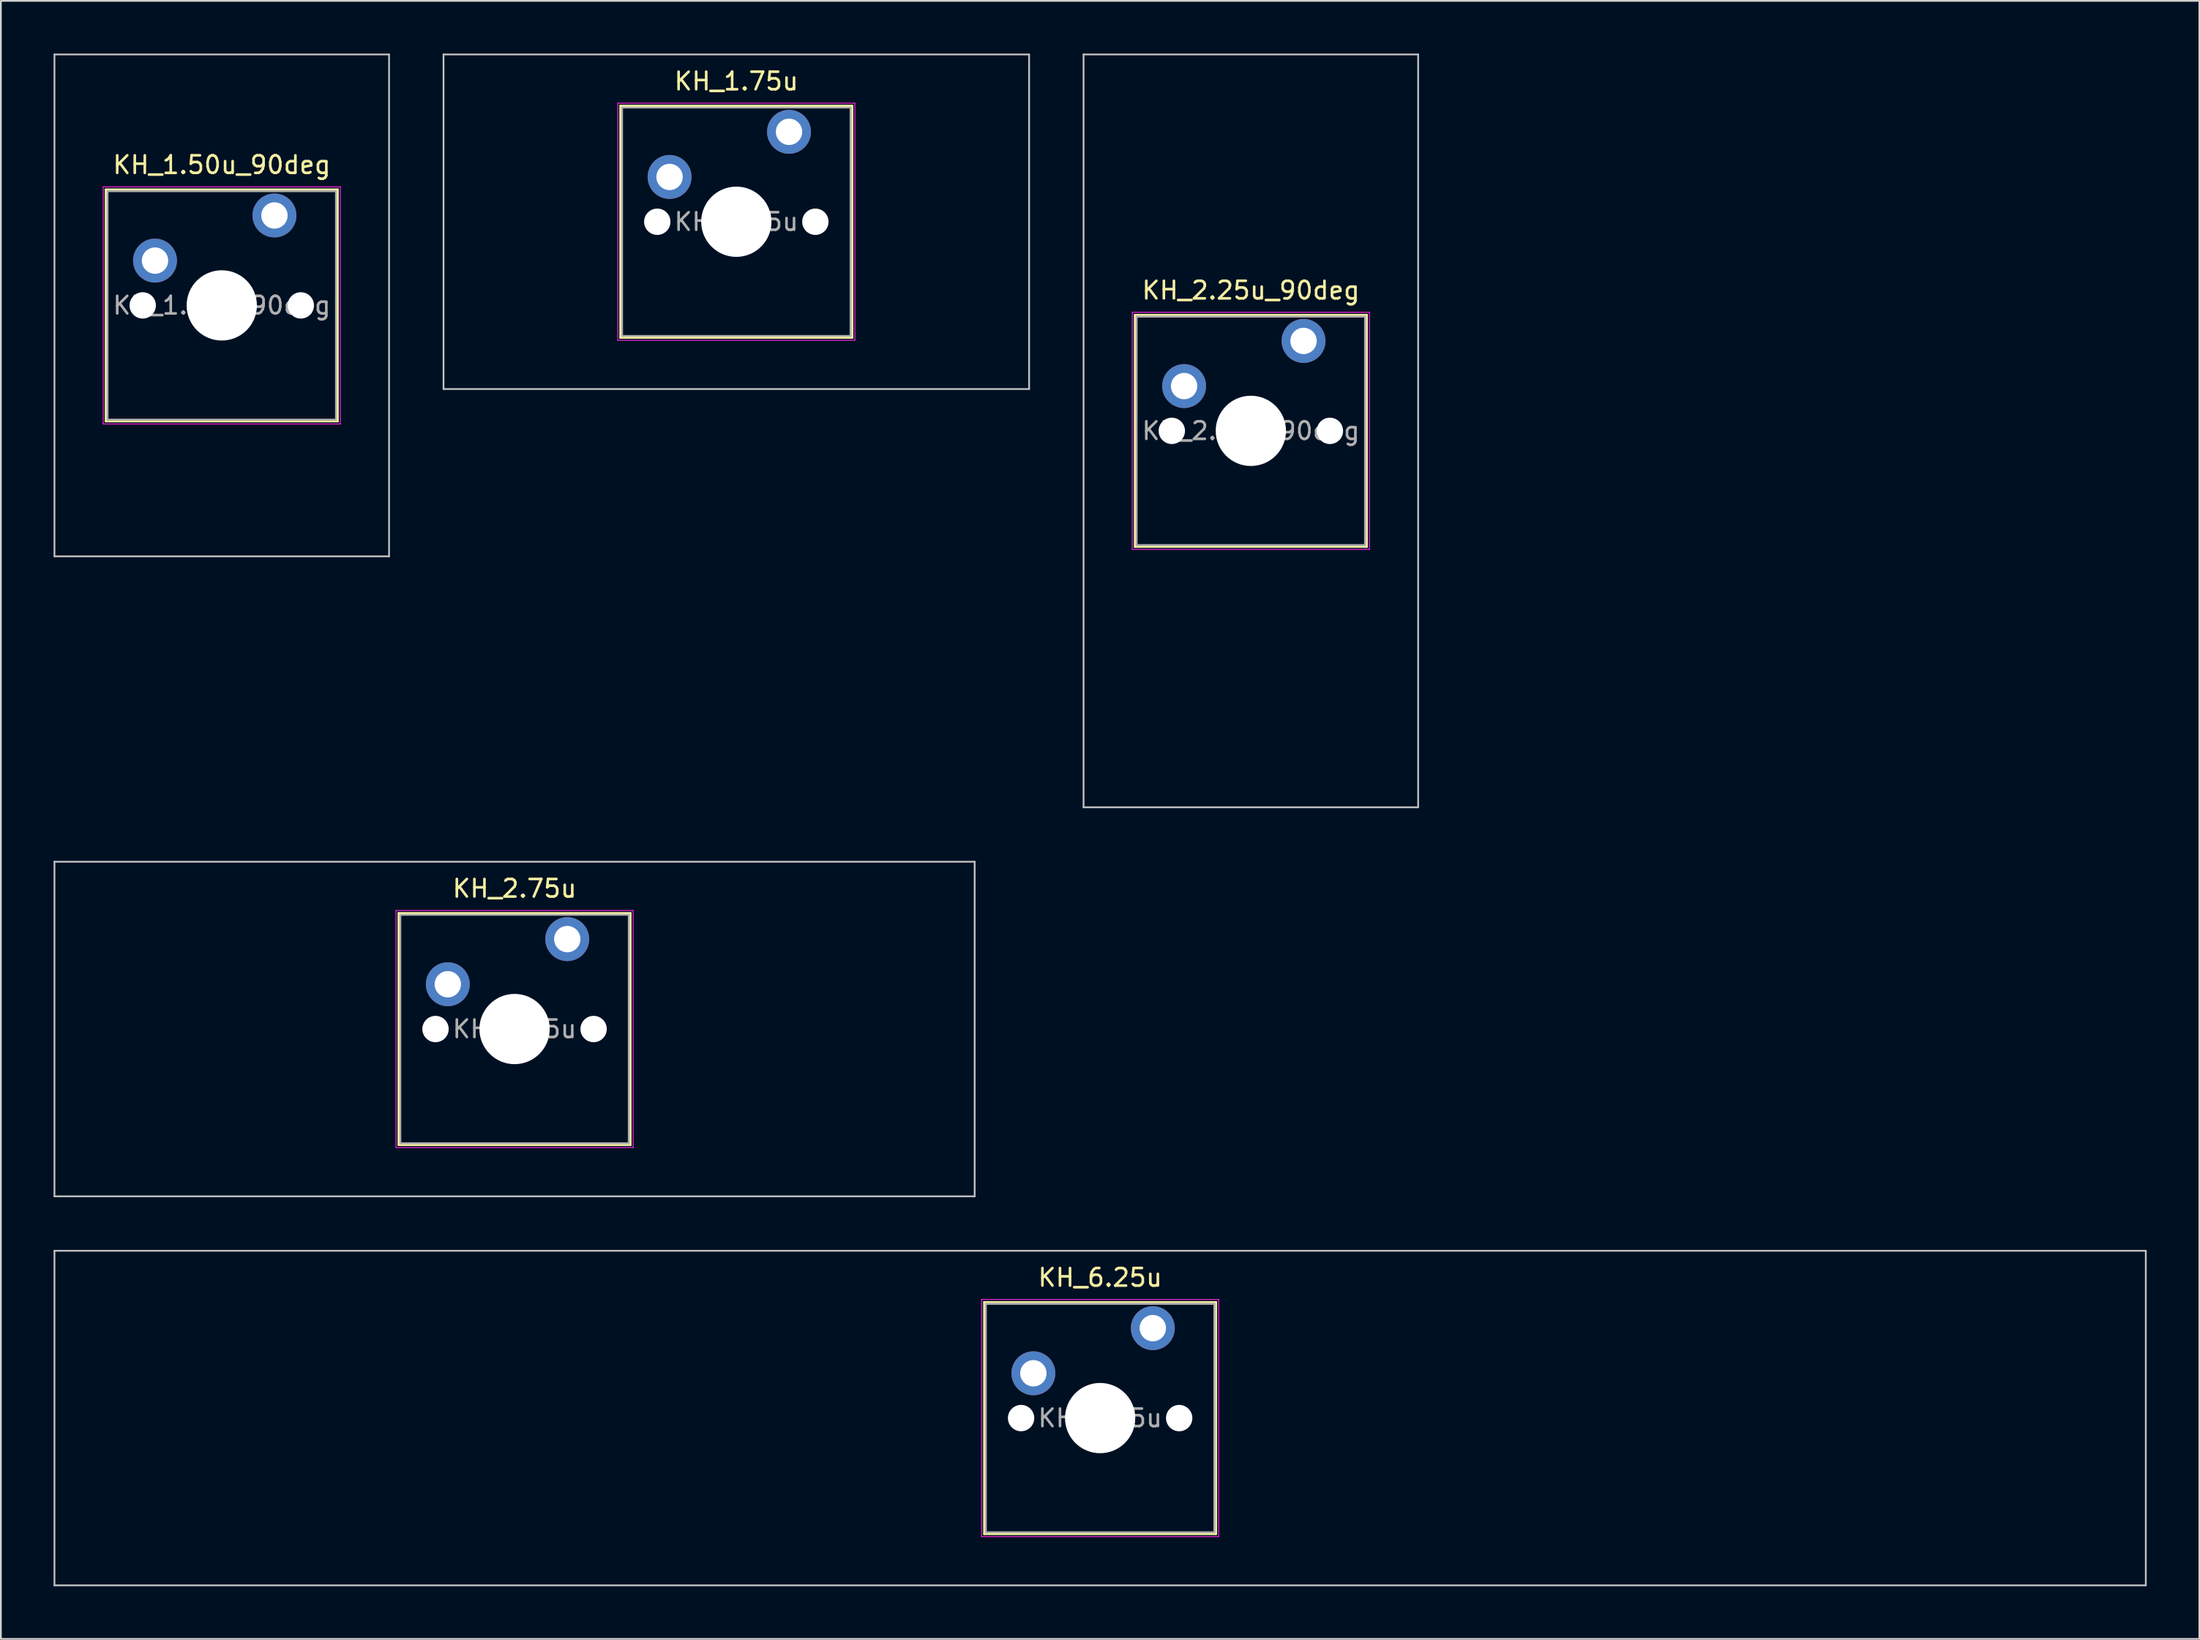
<source format=kicad_pcb>
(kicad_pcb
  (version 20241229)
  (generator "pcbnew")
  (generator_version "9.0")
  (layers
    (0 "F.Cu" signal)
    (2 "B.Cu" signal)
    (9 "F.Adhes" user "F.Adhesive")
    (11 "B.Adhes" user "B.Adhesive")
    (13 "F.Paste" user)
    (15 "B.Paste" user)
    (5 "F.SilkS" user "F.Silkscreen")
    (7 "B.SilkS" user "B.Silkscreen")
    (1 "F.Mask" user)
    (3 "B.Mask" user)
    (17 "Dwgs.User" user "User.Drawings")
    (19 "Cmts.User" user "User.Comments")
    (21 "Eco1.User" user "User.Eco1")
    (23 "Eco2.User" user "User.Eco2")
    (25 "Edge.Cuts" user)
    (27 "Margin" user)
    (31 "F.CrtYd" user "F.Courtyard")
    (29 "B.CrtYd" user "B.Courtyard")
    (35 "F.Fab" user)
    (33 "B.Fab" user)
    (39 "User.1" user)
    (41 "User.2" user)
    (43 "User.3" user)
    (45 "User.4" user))
  (footprint "KH_2.25u_90deg"
    (layer "F.Cu")
    (at 68.162 21.481)
    (property "Reference" "KH_2.25u_90deg" (at 0 -8 0) (layer "F.SilkS") (effects (font (size 1 1) (thickness 0.15))))
    (attr through_hole)
    (fp_line (start -6.6 -6.6) (end -6.6 6.6) (stroke (width 0.12) (type solid)) (layer "F.SilkS"))
    (fp_line (start -6.6 6.6) (end 6.6 6.6) (stroke (width 0.12) (type solid)) (layer "F.SilkS"))
    (fp_line (start 6.6 -6.6) (end -6.6 -6.6) (stroke (width 0.12) (type solid)) (layer "F.SilkS"))
    (fp_line (start 6.6 6.6) (end 6.6 -6.6) (stroke (width 0.12) (type solid)) (layer "F.SilkS"))
    (fp_line (start -9.525 -21.431) (end 9.525 -21.431) (stroke (width 0.1) (type solid)) (layer "Dwgs.User"))
    (fp_line (start -9.525 21.431) (end -9.525 -21.431) (stroke (width 0.1) (type solid)) (layer "Dwgs.User"))
    (fp_line (start 9.525 -21.431) (end 9.525 21.431) (stroke (width 0.1) (type solid)) (layer "Dwgs.User"))
    (fp_line (start 9.525 21.431) (end -9.525 21.431) (stroke (width 0.1) (type solid)) (layer "Dwgs.User"))
    (fp_line (start -6.1 -6.1) (end -6.1 6.1) (stroke (width 0.1) (type solid)) (layer "Eco1.User"))
    (fp_line (start -6.1 6.1) (end 6.1 6.1) (stroke (width 0.1) (type solid)) (layer "Eco1.User"))
    (fp_line (start 6.1 -6.1) (end -6.1 -6.1) (stroke (width 0.1) (type solid)) (layer "Eco1.User"))
    (fp_line (start 6.1 6.1) (end 6.1 -6.1) (stroke (width 0.1) (type solid)) (layer "Eco1.User"))
    (fp_line (start -6.75 -6.75) (end -6.75 6.75) (stroke (width 0.05) (type solid)) (layer "F.CrtYd"))
    (fp_line (start -6.75 6.75) (end 6.75 6.75) (stroke (width 0.05) (type solid)) (layer "F.CrtYd"))
    (fp_line (start 6.75 -6.75) (end -6.75 -6.75) (stroke (width 0.05) (type solid)) (layer "F.CrtYd"))
    (fp_line (start 6.75 6.75) (end 6.75 -6.75) (stroke (width 0.05) (type solid)) (layer "F.CrtYd"))
    (fp_line (start -6.5 -6.5) (end -6.5 6.5) (stroke (width 0.1) (type solid)) (layer "F.Fab"))
    (fp_line (start -6.5 6.5) (end 6.5 6.5) (stroke (width 0.1) (type solid)) (layer "F.Fab"))
    (fp_line (start 6.5 -6.5) (end -6.5 -6.5) (stroke (width 0.1) (type solid)) (layer "F.Fab"))
    (fp_line (start 6.5 6.5) (end 6.5 -6.5) (stroke (width 0.1) (type solid)) (layer "F.Fab"))
    (fp_text user "${REFERENCE}" (at 0 0 0) (layer "F.Fab") (effects (font (size 1 1) (thickness 0.15))))
    (pad "" np_thru_hole circle (at -4.5 0) (size 1.5 1.5) (drill 1.5) (layers "*.Cu" "*.Mask"))
    (pad "" np_thru_hole circle (at 0 0) (size 4 4) (drill 4) (layers "*.Cu" "*.Mask"))
    (pad "" np_thru_hole circle (at 4.5 0) (size 1.5 1.5) (drill 1.5) (layers "*.Cu" "*.Mask"))
    (pad "1" thru_hole circle (at -3.8 -2.55) (size 2.5 2.5) (drill 1.5) (layers "*.Cu" "*.Mask"))
    (pad "2" thru_hole circle (at 3 -5.12) (size 2.5 2.5) (drill 1.5) (layers "*.Cu" "*.Mask")))
  (footprint "KH_1.75u"
    (layer "F.Cu")
    (at 38.869 9.575)
    (property "Reference" "KH_1.75u" (at 0 -8 0) (layer "F.SilkS") (effects (font (size 1 1) (thickness 0.15))))
    (attr through_hole)
    (fp_line (start -6.6 -6.6) (end -6.6 6.6) (stroke (width 0.12) (type solid)) (layer "F.SilkS"))
    (fp_line (start -6.6 6.6) (end 6.6 6.6) (stroke (width 0.12) (type solid)) (layer "F.SilkS"))
    (fp_line (start 6.6 -6.6) (end -6.6 -6.6) (stroke (width 0.12) (type solid)) (layer "F.SilkS"))
    (fp_line (start 6.6 6.6) (end 6.6 -6.6) (stroke (width 0.12) (type solid)) (layer "F.SilkS"))
    (fp_line (start -16.669 -9.525) (end -16.669 9.525) (stroke (width 0.1) (type solid)) (layer "Dwgs.User"))
    (fp_line (start -16.669 9.525) (end 16.669 9.525) (stroke (width 0.1) (type solid)) (layer "Dwgs.User"))
    (fp_line (start 16.669 -9.525) (end -16.669 -9.525) (stroke (width 0.1) (type solid)) (layer "Dwgs.User"))
    (fp_line (start 16.669 9.525) (end 16.669 -9.525) (stroke (width 0.1) (type solid)) (layer "Dwgs.User"))
    (fp_line (start -6.1 -6.1) (end -6.1 6.1) (stroke (width 0.1) (type solid)) (layer "Eco1.User"))
    (fp_line (start -6.1 6.1) (end 6.1 6.1) (stroke (width 0.1) (type solid)) (layer "Eco1.User"))
    (fp_line (start 6.1 -6.1) (end -6.1 -6.1) (stroke (width 0.1) (type solid)) (layer "Eco1.User"))
    (fp_line (start 6.1 6.1) (end 6.1 -6.1) (stroke (width 0.1) (type solid)) (layer "Eco1.User"))
    (fp_line (start -6.75 -6.75) (end -6.75 6.75) (stroke (width 0.05) (type solid)) (layer "F.CrtYd"))
    (fp_line (start -6.75 6.75) (end 6.75 6.75) (stroke (width 0.05) (type solid)) (layer "F.CrtYd"))
    (fp_line (start 6.75 -6.75) (end -6.75 -6.75) (stroke (width 0.05) (type solid)) (layer "F.CrtYd"))
    (fp_line (start 6.75 6.75) (end 6.75 -6.75) (stroke (width 0.05) (type solid)) (layer "F.CrtYd"))
    (fp_line (start -6.5 -6.5) (end -6.5 6.5) (stroke (width 0.1) (type solid)) (layer "F.Fab"))
    (fp_line (start -6.5 6.5) (end 6.5 6.5) (stroke (width 0.1) (type solid)) (layer "F.Fab"))
    (fp_line (start 6.5 -6.5) (end -6.5 -6.5) (stroke (width 0.1) (type solid)) (layer "F.Fab"))
    (fp_line (start 6.5 6.5) (end 6.5 -6.5) (stroke (width 0.1) (type solid)) (layer "F.Fab"))
    (fp_text user "${REFERENCE}" (at 0 0 0) (layer "F.Fab") (effects (font (size 1 1) (thickness 0.15))))
    (pad "" np_thru_hole circle (at -4.5 0) (size 1.5 1.5) (drill 1.5) (layers "*.Cu" "*.Mask"))
    (pad "" np_thru_hole circle (at 0 0) (size 4 4) (drill 4) (layers "*.Cu" "*.Mask"))
    (pad "" np_thru_hole circle (at 4.5 0) (size 1.5 1.5) (drill 1.5) (layers "*.Cu" "*.Mask"))
    (pad "1" thru_hole circle (at -3.8 -2.55) (size 2.5 2.5) (drill 1.5) (layers "*.Cu" "*.Mask"))
    (pad "2" thru_hole circle (at 3 -5.12) (size 2.5 2.5) (drill 1.5) (layers "*.Cu" "*.Mask")))
  (footprint "KH_6.25u"
    (layer "F.Cu")
    (at 59.581 77.688)
    (property "Reference" "KH_6.25u" (at 0 -8 0) (layer "F.SilkS") (effects (font (size 1 1) (thickness 0.15))))
    (attr through_hole)
    (fp_line (start -6.6 -6.6) (end -6.6 6.6) (stroke (width 0.12) (type solid)) (layer "F.SilkS"))
    (fp_line (start -6.6 6.6) (end 6.6 6.6) (stroke (width 0.12) (type solid)) (layer "F.SilkS"))
    (fp_line (start 6.6 -6.6) (end -6.6 -6.6) (stroke (width 0.12) (type solid)) (layer "F.SilkS"))
    (fp_line (start 6.6 6.6) (end 6.6 -6.6) (stroke (width 0.12) (type solid)) (layer "F.SilkS"))
    (fp_line (start -59.531 -9.525) (end -59.531 9.525) (stroke (width 0.1) (type solid)) (layer "Dwgs.User"))
    (fp_line (start -59.531 9.525) (end 59.531 9.525) (stroke (width 0.1) (type solid)) (layer "Dwgs.User"))
    (fp_line (start 59.531 -9.525) (end -59.531 -9.525) (stroke (width 0.1) (type solid)) (layer "Dwgs.User"))
    (fp_line (start 59.531 9.525) (end 59.531 -9.525) (stroke (width 0.1) (type solid)) (layer "Dwgs.User"))
    (fp_line (start -6.1 -6.1) (end -6.1 6.1) (stroke (width 0.1) (type solid)) (layer "Eco1.User"))
    (fp_line (start -6.1 6.1) (end 6.1 6.1) (stroke (width 0.1) (type solid)) (layer "Eco1.User"))
    (fp_line (start 6.1 -6.1) (end -6.1 -6.1) (stroke (width 0.1) (type solid)) (layer "Eco1.User"))
    (fp_line (start 6.1 6.1) (end 6.1 -6.1) (stroke (width 0.1) (type solid)) (layer "Eco1.User"))
    (fp_line (start -6.75 -6.75) (end -6.75 6.75) (stroke (width 0.05) (type solid)) (layer "F.CrtYd"))
    (fp_line (start -6.75 6.75) (end 6.75 6.75) (stroke (width 0.05) (type solid)) (layer "F.CrtYd"))
    (fp_line (start 6.75 -6.75) (end -6.75 -6.75) (stroke (width 0.05) (type solid)) (layer "F.CrtYd"))
    (fp_line (start 6.75 6.75) (end 6.75 -6.75) (stroke (width 0.05) (type solid)) (layer "F.CrtYd"))
    (fp_line (start -6.5 -6.5) (end -6.5 6.5) (stroke (width 0.1) (type solid)) (layer "F.Fab"))
    (fp_line (start -6.5 6.5) (end 6.5 6.5) (stroke (width 0.1) (type solid)) (layer "F.Fab"))
    (fp_line (start 6.5 -6.5) (end -6.5 -6.5) (stroke (width 0.1) (type solid)) (layer "F.Fab"))
    (fp_line (start 6.5 6.5) (end 6.5 -6.5) (stroke (width 0.1) (type solid)) (layer "F.Fab"))
    (fp_text user "${REFERENCE}" (at 0 0 0) (layer "F.Fab") (effects (font (size 1 1) (thickness 0.15))))
    (pad "" np_thru_hole circle (at -4.5 0) (size 1.5 1.5) (drill 1.5) (layers "*.Cu" "*.Mask"))
    (pad "" np_thru_hole circle (at 0 0) (size 4 4) (drill 4) (layers "*.Cu" "*.Mask"))
    (pad "" np_thru_hole circle (at 4.5 0) (size 1.5 1.5) (drill 1.5) (layers "*.Cu" "*.Mask"))
    (pad "1" thru_hole circle (at -3.8 -2.55) (size 2.5 2.5) (drill 1.5) (layers "*.Cu" "*.Mask"))
    (pad "2" thru_hole circle (at 3 -5.12) (size 2.5 2.5) (drill 1.5) (layers "*.Cu" "*.Mask")))
  (footprint "KH_1.50u_90deg"
    (layer "F.Cu")
    (at 9.575 14.338)
    (property "Reference" "KH_1.50u_90deg" (at 0 -8 0) (layer "F.SilkS") (effects (font (size 1 1) (thickness 0.15))))
    (attr through_hole)
    (fp_line (start -6.6 -6.6) (end -6.6 6.6) (stroke (width 0.12) (type solid)) (layer "F.SilkS"))
    (fp_line (start -6.6 6.6) (end 6.6 6.6) (stroke (width 0.12) (type solid)) (layer "F.SilkS"))
    (fp_line (start 6.6 -6.6) (end -6.6 -6.6) (stroke (width 0.12) (type solid)) (layer "F.SilkS"))
    (fp_line (start 6.6 6.6) (end 6.6 -6.6) (stroke (width 0.12) (type solid)) (layer "F.SilkS"))
    (fp_line (start -9.525 -14.287) (end 9.525 -14.287) (stroke (width 0.1) (type solid)) (layer "Dwgs.User"))
    (fp_line (start -9.525 14.287) (end -9.525 -14.287) (stroke (width 0.1) (type solid)) (layer "Dwgs.User"))
    (fp_line (start 9.525 -14.287) (end 9.525 14.287) (stroke (width 0.1) (type solid)) (layer "Dwgs.User"))
    (fp_line (start 9.525 14.287) (end -9.525 14.287) (stroke (width 0.1) (type solid)) (layer "Dwgs.User"))
    (fp_line (start -6.1 -6.1) (end -6.1 6.1) (stroke (width 0.1) (type solid)) (layer "Eco1.User"))
    (fp_line (start -6.1 6.1) (end 6.1 6.1) (stroke (width 0.1) (type solid)) (layer "Eco1.User"))
    (fp_line (start 6.1 -6.1) (end -6.1 -6.1) (stroke (width 0.1) (type solid)) (layer "Eco1.User"))
    (fp_line (start 6.1 6.1) (end 6.1 -6.1) (stroke (width 0.1) (type solid)) (layer "Eco1.User"))
    (fp_line (start -6.75 -6.75) (end -6.75 6.75) (stroke (width 0.05) (type solid)) (layer "F.CrtYd"))
    (fp_line (start -6.75 6.75) (end 6.75 6.75) (stroke (width 0.05) (type solid)) (layer "F.CrtYd"))
    (fp_line (start 6.75 -6.75) (end -6.75 -6.75) (stroke (width 0.05) (type solid)) (layer "F.CrtYd"))
    (fp_line (start 6.75 6.75) (end 6.75 -6.75) (stroke (width 0.05) (type solid)) (layer "F.CrtYd"))
    (fp_line (start -6.5 -6.5) (end -6.5 6.5) (stroke (width 0.1) (type solid)) (layer "F.Fab"))
    (fp_line (start -6.5 6.5) (end 6.5 6.5) (stroke (width 0.1) (type solid)) (layer "F.Fab"))
    (fp_line (start 6.5 -6.5) (end -6.5 -6.5) (stroke (width 0.1) (type solid)) (layer "F.Fab"))
    (fp_line (start 6.5 6.5) (end 6.5 -6.5) (stroke (width 0.1) (type solid)) (layer "F.Fab"))
    (fp_text user "${REFERENCE}" (at 0 0 0) (layer "F.Fab") (effects (font (size 1 1) (thickness 0.15))))
    (pad "" np_thru_hole circle (at -4.5 0) (size 1.5 1.5) (drill 1.5) (layers "*.Cu" "*.Mask"))
    (pad "" np_thru_hole circle (at 0 0) (size 4 4) (drill 4) (layers "*.Cu" "*.Mask"))
    (pad "" np_thru_hole circle (at 4.5 0) (size 1.5 1.5) (drill 1.5) (layers "*.Cu" "*.Mask"))
    (pad "1" thru_hole circle (at -3.8 -2.55) (size 2.5 2.5) (drill 1.5) (layers "*.Cu" "*.Mask"))
    (pad "2" thru_hole circle (at 3 -5.12) (size 2.5 2.5) (drill 1.5) (layers "*.Cu" "*.Mask")))
  (footprint "KH_2.75u"
    (layer "F.Cu")
    (at 26.244 55.538)
    (property "Reference" "KH_2.75u" (at 0 -8 0) (layer "F.SilkS") (effects (font (size 1 1) (thickness 0.15))))
    (attr through_hole)
    (fp_line (start -6.6 -6.6) (end -6.6 6.6) (stroke (width 0.12) (type solid)) (layer "F.SilkS"))
    (fp_line (start -6.6 6.6) (end 6.6 6.6) (stroke (width 0.12) (type solid)) (layer "F.SilkS"))
    (fp_line (start 6.6 -6.6) (end -6.6 -6.6) (stroke (width 0.12) (type solid)) (layer "F.SilkS"))
    (fp_line (start 6.6 6.6) (end 6.6 -6.6) (stroke (width 0.12) (type solid)) (layer "F.SilkS"))
    (fp_line (start -26.194 -9.525) (end -26.194 9.525) (stroke (width 0.1) (type solid)) (layer "Dwgs.User"))
    (fp_line (start -26.194 9.525) (end 26.194 9.525) (stroke (width 0.1) (type solid)) (layer "Dwgs.User"))
    (fp_line (start 26.194 -9.525) (end -26.194 -9.525) (stroke (width 0.1) (type solid)) (layer "Dwgs.User"))
    (fp_line (start 26.194 9.525) (end 26.194 -9.525) (stroke (width 0.1) (type solid)) (layer "Dwgs.User"))
    (fp_line (start -6.1 -6.1) (end -6.1 6.1) (stroke (width 0.1) (type solid)) (layer "Eco1.User"))
    (fp_line (start -6.1 6.1) (end 6.1 6.1) (stroke (width 0.1) (type solid)) (layer "Eco1.User"))
    (fp_line (start 6.1 -6.1) (end -6.1 -6.1) (stroke (width 0.1) (type solid)) (layer "Eco1.User"))
    (fp_line (start 6.1 6.1) (end 6.1 -6.1) (stroke (width 0.1) (type solid)) (layer "Eco1.User"))
    (fp_line (start -6.75 -6.75) (end -6.75 6.75) (stroke (width 0.05) (type solid)) (layer "F.CrtYd"))
    (fp_line (start -6.75 6.75) (end 6.75 6.75) (stroke (width 0.05) (type solid)) (layer "F.CrtYd"))
    (fp_line (start 6.75 -6.75) (end -6.75 -6.75) (stroke (width 0.05) (type solid)) (layer "F.CrtYd"))
    (fp_line (start 6.75 6.75) (end 6.75 -6.75) (stroke (width 0.05) (type solid)) (layer "F.CrtYd"))
    (fp_line (start -6.5 -6.5) (end -6.5 6.5) (stroke (width 0.1) (type solid)) (layer "F.Fab"))
    (fp_line (start -6.5 6.5) (end 6.5 6.5) (stroke (width 0.1) (type solid)) (layer "F.Fab"))
    (fp_line (start 6.5 -6.5) (end -6.5 -6.5) (stroke (width 0.1) (type solid)) (layer "F.Fab"))
    (fp_line (start 6.5 6.5) (end 6.5 -6.5) (stroke (width 0.1) (type solid)) (layer "F.Fab"))
    (fp_text user "${REFERENCE}" (at 0 0 0) (layer "F.Fab") (effects (font (size 1 1) (thickness 0.15))))
    (pad "" np_thru_hole circle (at -4.5 0) (size 1.5 1.5) (drill 1.5) (layers "*.Cu" "*.Mask"))
    (pad "" np_thru_hole circle (at 0 0) (size 4 4) (drill 4) (layers "*.Cu" "*.Mask"))
    (pad "" np_thru_hole circle (at 4.5 0) (size 1.5 1.5) (drill 1.5) (layers "*.Cu" "*.Mask"))
    (pad "1" thru_hole circle (at -3.8 -2.55) (size 2.5 2.5) (drill 1.5) (layers "*.Cu" "*.Mask"))
    (pad "2" thru_hole circle (at 3 -5.12) (size 2.5 2.5) (drill 1.5) (layers "*.Cu" "*.Mask")))
  (gr_rect
    (start -3 -3)
    (end 122.162 90.263)
    (stroke (width 0.1) (type default))
    (fill no)
    (layer "Edge.Cuts")))
</source>
